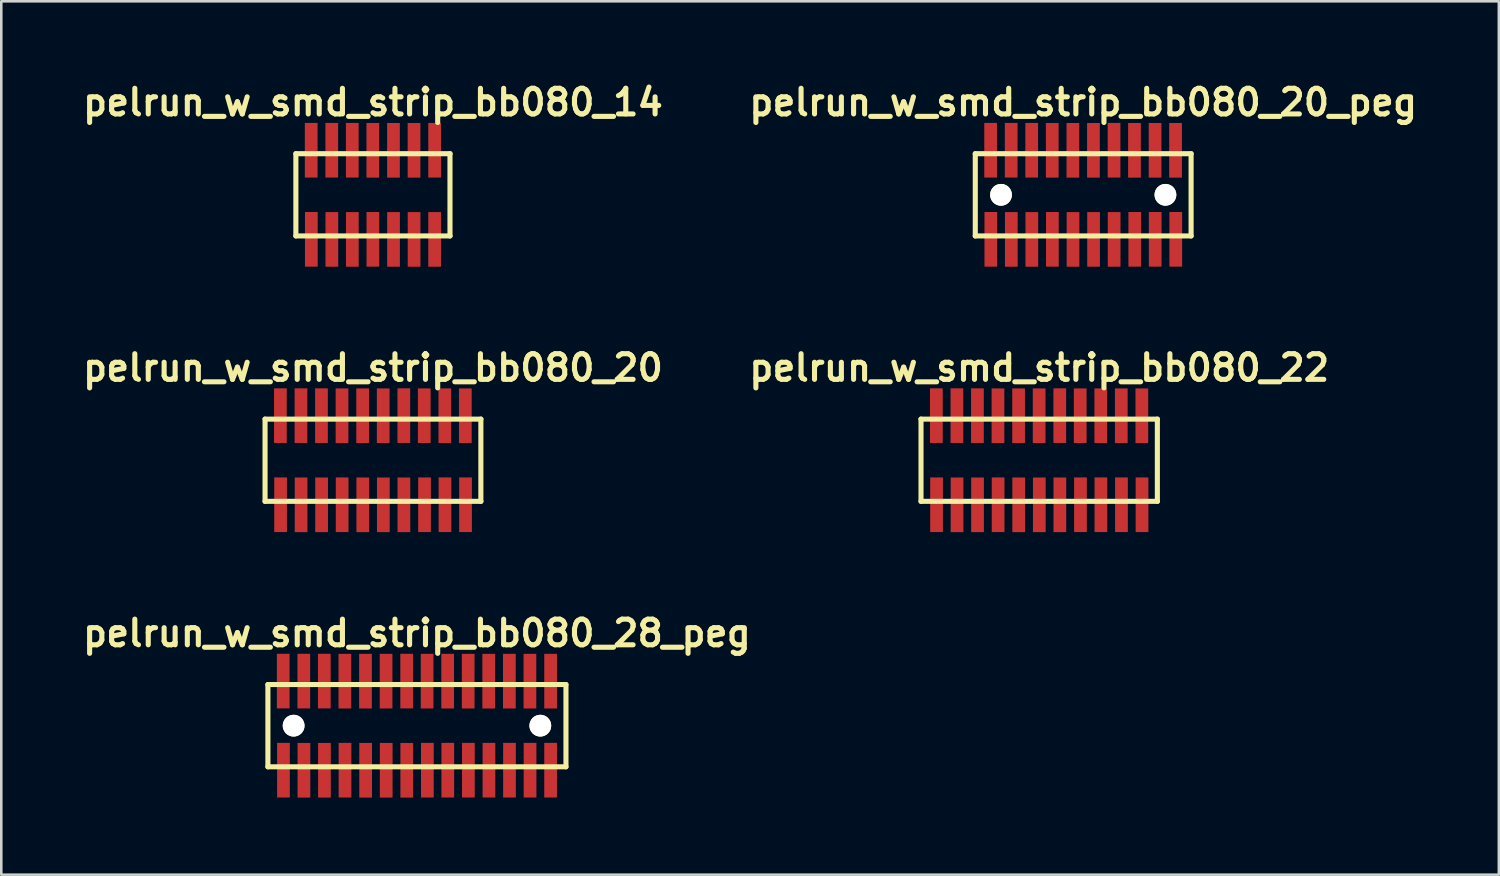
<source format=kicad_pcb>
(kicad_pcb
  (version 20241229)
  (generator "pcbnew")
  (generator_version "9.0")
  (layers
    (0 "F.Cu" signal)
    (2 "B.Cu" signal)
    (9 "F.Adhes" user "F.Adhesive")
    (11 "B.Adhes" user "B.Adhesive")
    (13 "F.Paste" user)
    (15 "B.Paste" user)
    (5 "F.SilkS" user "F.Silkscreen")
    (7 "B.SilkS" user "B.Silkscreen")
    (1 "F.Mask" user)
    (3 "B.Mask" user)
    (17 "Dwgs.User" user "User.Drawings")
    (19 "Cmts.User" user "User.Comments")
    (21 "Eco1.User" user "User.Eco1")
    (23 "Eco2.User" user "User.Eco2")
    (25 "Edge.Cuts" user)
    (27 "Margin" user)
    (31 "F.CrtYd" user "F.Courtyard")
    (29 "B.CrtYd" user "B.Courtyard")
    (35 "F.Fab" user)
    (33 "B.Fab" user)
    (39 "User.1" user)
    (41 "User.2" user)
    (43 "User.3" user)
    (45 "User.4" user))
  (footprint "pelrun_w_smd_strip_bb080_22"
    (layer "F.Cu")
    (at 37.389 14.859)
    (property "Reference" "pelrun_w_smd_strip_bb080_22" (at 0 -3.599 0) (layer "F.SilkS") (effects (font (size 0.998 0.998) (thickness 0.198))))
    (attr through_hole)
    (fp_line (start -4.602 1.6) (end 4.6 1.6) (stroke (width 0.198) (type solid)) (layer "F.SilkS"))
    (fp_line (start -4.6 -1.6) (end -4.6 1.6) (stroke (width 0.198) (type solid)) (layer "F.SilkS"))
    (fp_line (start 4.597 1.6) (end 4.597 -1.6) (stroke (width 0.198) (type solid)) (layer "F.SilkS"))
    (fp_line (start 4.6 -1.6) (end -4.602 -1.6) (stroke (width 0.198) (type solid)) (layer "F.SilkS"))
    (pad "1" smd rect (at -3.995 1.732) (size 0.495 2.126) (layers "F.Cu" "F.Mask" "F.Paste"))
    (pad "2" smd rect (at -4.003 -1.735) (size 0.495 2.126) (layers "F.Cu" "F.Mask" "F.Paste"))
    (pad "3" smd rect (at -3.198 1.735) (size 0.495 2.126) (layers "F.Cu" "F.Mask" "F.Paste"))
    (pad "4" smd rect (at -3.203 -1.735) (size 0.495 2.126) (layers "F.Cu" "F.Mask" "F.Paste"))
    (pad "5" smd rect (at -2.4 1.735) (size 0.495 2.126) (layers "F.Cu" "F.Mask" "F.Paste"))
    (pad "6" smd rect (at -2.405 -1.735) (size 0.495 2.126) (layers "F.Cu" "F.Mask" "F.Paste"))
    (pad "7" smd rect (at -1.6 1.732) (size 0.495 2.126) (layers "F.Cu" "F.Mask" "F.Paste"))
    (pad "8" smd rect (at -1.605 -1.732) (size 0.495 2.126) (layers "F.Cu" "F.Mask" "F.Paste"))
    (pad "9" smd rect (at -0.798 1.735) (size 0.495 2.126) (layers "F.Cu" "F.Mask" "F.Paste"))
    (pad "10" smd rect (at -0.803 -1.732) (size 0.495 2.126) (layers "F.Cu" "F.Mask" "F.Paste"))
    (pad "11" smd rect (at 0.003 1.735) (size 0.495 2.126) (layers "F.Cu" "F.Mask" "F.Paste"))
    (pad "12" smd rect (at -0.003 -1.732) (size 0.495 2.126) (layers "F.Cu" "F.Mask" "F.Paste"))
    (pad "13" smd rect (at 0.803 1.735) (size 0.495 2.126) (layers "F.Cu" "F.Mask" "F.Paste"))
    (pad "14" smd rect (at 0.8 -1.735) (size 0.495 2.126) (layers "F.Cu" "F.Mask" "F.Paste"))
    (pad "15" smd rect (at 1.605 1.732) (size 0.495 2.126) (layers "F.Cu" "F.Mask" "F.Paste"))
    (pad "16" smd rect (at 1.595 -1.732) (size 0.495 2.126) (layers "F.Cu" "F.Mask" "F.Paste"))
    (pad "17" smd rect (at 2.4 1.732) (size 0.495 2.126) (layers "F.Cu" "F.Mask" "F.Paste"))
    (pad "18" smd rect (at 2.395 -1.732) (size 0.495 2.126) (layers "F.Cu" "F.Mask" "F.Paste"))
    (pad "19" smd rect (at 3.2 1.732) (size 0.495 2.126) (layers "F.Cu" "F.Mask" "F.Paste"))
    (pad "20" smd rect (at 3.193 -1.732) (size 0.495 2.126) (layers "F.Cu" "F.Mask" "F.Paste"))
    (pad "21" smd rect (at 4 1.732) (size 0.495 2.126) (layers "F.Cu" "F.Mask" "F.Paste"))
    (pad "22" smd rect (at 3.993 -1.732) (size 0.495 2.126) (layers "F.Cu" "F.Mask" "F.Paste")))
  (footprint "pelrun_w_smd_strip_bb080_20_peg"
    (layer "F.Cu")
    (at 39.1 4.531)
    (property "Reference" "pelrun_w_smd_strip_bb080_20_peg" (at 0 -3.599 0) (layer "F.SilkS") (effects (font (size 0.998 0.998) (thickness 0.198))))
    (attr through_hole)
    (fp_line (start -4.201 -1.6) (end 4.201 -1.6) (stroke (width 0.198) (type solid)) (layer "F.SilkS"))
    (fp_line (start -4.199 -1.6) (end -4.199 1.6) (stroke (width 0.198) (type solid)) (layer "F.SilkS"))
    (fp_line (start 4.199 1.6) (end 4.199 -1.6) (stroke (width 0.198) (type solid)) (layer "F.SilkS"))
    (fp_line (start 4.201 1.6) (end -4.201 1.6) (stroke (width 0.198) (type solid)) (layer "F.SilkS"))
    (pad "" np_thru_hole circle (at -3.198 0) (size 0.848 0.848) (drill 0.848) (layers "*.Cu" "*.Mask" "F.SilkS"))
    (pad "" np_thru_hole circle (at 3.2 0) (size 0.848 0.848) (drill 0.848) (layers "*.Cu" "*.Mask" "F.SilkS"))
    (pad "1" smd rect (at -3.594 1.732) (size 0.495 2.126) (layers "F.Cu" "F.Mask" "F.Paste"))
    (pad "2" smd rect (at -3.602 -1.735) (size 0.495 2.126) (layers "F.Cu" "F.Mask" "F.Paste"))
    (pad "3" smd rect (at -2.797 1.735) (size 0.495 2.126) (layers "F.Cu" "F.Mask" "F.Paste"))
    (pad "4" smd rect (at -2.802 -1.735) (size 0.495 2.126) (layers "F.Cu" "F.Mask" "F.Paste"))
    (pad "5" smd rect (at -1.999 1.735) (size 0.495 2.126) (layers "F.Cu" "F.Mask" "F.Paste"))
    (pad "6" smd rect (at -2.004 -1.735) (size 0.495 2.126) (layers "F.Cu" "F.Mask" "F.Paste"))
    (pad "7" smd rect (at -1.199 1.732) (size 0.495 2.126) (layers "F.Cu" "F.Mask" "F.Paste"))
    (pad "8" smd rect (at -1.204 -1.732) (size 0.495 2.126) (layers "F.Cu" "F.Mask" "F.Paste"))
    (pad "9" smd rect (at -0.396 1.735) (size 0.495 2.126) (layers "F.Cu" "F.Mask" "F.Paste"))
    (pad "10" smd rect (at -0.401 -1.732) (size 0.495 2.126) (layers "F.Cu" "F.Mask" "F.Paste"))
    (pad "11" smd rect (at 0.404 1.735) (size 0.495 2.126) (layers "F.Cu" "F.Mask" "F.Paste"))
    (pad "12" smd rect (at 0.399 -1.732) (size 0.495 2.126) (layers "F.Cu" "F.Mask" "F.Paste"))
    (pad "13" smd rect (at 1.204 1.735) (size 0.495 2.126) (layers "F.Cu" "F.Mask" "F.Paste"))
    (pad "14" smd rect (at 1.201 -1.735) (size 0.495 2.126) (layers "F.Cu" "F.Mask" "F.Paste"))
    (pad "15" smd rect (at 2.007 1.732) (size 0.495 2.126) (layers "F.Cu" "F.Mask" "F.Paste"))
    (pad "16" smd rect (at 1.996 -1.732) (size 0.495 2.126) (layers "F.Cu" "F.Mask" "F.Paste"))
    (pad "17" smd rect (at 2.802 1.732) (size 0.495 2.126) (layers "F.Cu" "F.Mask" "F.Paste"))
    (pad "18" smd rect (at 2.797 -1.732) (size 0.495 2.126) (layers "F.Cu" "F.Mask" "F.Paste"))
    (pad "19" smd rect (at 3.602 1.732) (size 0.495 2.126) (layers "F.Cu" "F.Mask" "F.Paste"))
    (pad "20" smd rect (at 3.594 -1.732) (size 0.495 2.126) (layers "F.Cu" "F.Mask" "F.Paste")))
  (footprint "pelrun_w_smd_strip_bb080_20"
    (layer "F.Cu")
    (at 11.463 14.859)
    (property "Reference" "pelrun_w_smd_strip_bb080_20" (at 0 -3.599 0) (layer "F.SilkS") (effects (font (size 0.998 0.998) (thickness 0.198))))
    (attr through_hole)
    (fp_line (start -4.201 -1.6) (end 4.201 -1.6) (stroke (width 0.198) (type solid)) (layer "F.SilkS"))
    (fp_line (start -4.199 -1.6) (end -4.199 1.6) (stroke (width 0.198) (type solid)) (layer "F.SilkS"))
    (fp_line (start 4.199 1.6) (end 4.199 -1.6) (stroke (width 0.198) (type solid)) (layer "F.SilkS"))
    (fp_line (start 4.201 1.6) (end -4.201 1.6) (stroke (width 0.198) (type solid)) (layer "F.SilkS"))
    (pad "1" smd rect (at -3.594 1.732) (size 0.495 2.126) (layers "F.Cu" "F.Mask" "F.Paste"))
    (pad "2" smd rect (at -3.602 -1.735) (size 0.495 2.126) (layers "F.Cu" "F.Mask" "F.Paste"))
    (pad "3" smd rect (at -2.797 1.735) (size 0.495 2.126) (layers "F.Cu" "F.Mask" "F.Paste"))
    (pad "4" smd rect (at -2.802 -1.735) (size 0.495 2.126) (layers "F.Cu" "F.Mask" "F.Paste"))
    (pad "5" smd rect (at -1.999 1.735) (size 0.495 2.126) (layers "F.Cu" "F.Mask" "F.Paste"))
    (pad "6" smd rect (at -2.004 -1.735) (size 0.495 2.126) (layers "F.Cu" "F.Mask" "F.Paste"))
    (pad "7" smd rect (at -1.199 1.732) (size 0.495 2.126) (layers "F.Cu" "F.Mask" "F.Paste"))
    (pad "8" smd rect (at -1.204 -1.732) (size 0.495 2.126) (layers "F.Cu" "F.Mask" "F.Paste"))
    (pad "9" smd rect (at -0.396 1.735) (size 0.495 2.126) (layers "F.Cu" "F.Mask" "F.Paste"))
    (pad "10" smd rect (at -0.401 -1.732) (size 0.495 2.126) (layers "F.Cu" "F.Mask" "F.Paste"))
    (pad "11" smd rect (at 0.404 1.735) (size 0.495 2.126) (layers "F.Cu" "F.Mask" "F.Paste"))
    (pad "12" smd rect (at 0.399 -1.732) (size 0.495 2.126) (layers "F.Cu" "F.Mask" "F.Paste"))
    (pad "13" smd rect (at 1.204 1.735) (size 0.495 2.126) (layers "F.Cu" "F.Mask" "F.Paste"))
    (pad "14" smd rect (at 1.201 -1.735) (size 0.495 2.126) (layers "F.Cu" "F.Mask" "F.Paste"))
    (pad "15" smd rect (at 2.007 1.732) (size 0.495 2.126) (layers "F.Cu" "F.Mask" "F.Paste"))
    (pad "16" smd rect (at 1.996 -1.732) (size 0.495 2.126) (layers "F.Cu" "F.Mask" "F.Paste"))
    (pad "17" smd rect (at 2.802 1.732) (size 0.495 2.126) (layers "F.Cu" "F.Mask" "F.Paste"))
    (pad "18" smd rect (at 2.797 -1.732) (size 0.495 2.126) (layers "F.Cu" "F.Mask" "F.Paste"))
    (pad "19" smd rect (at 3.602 1.732) (size 0.495 2.126) (layers "F.Cu" "F.Mask" "F.Paste"))
    (pad "20" smd rect (at 3.594 -1.732) (size 0.495 2.126) (layers "F.Cu" "F.Mask" "F.Paste")))
  (footprint "pelrun_w_smd_strip_bb080_28_peg"
    (layer "F.Cu")
    (at 13.174 25.188)
    (property "Reference" "pelrun_w_smd_strip_bb080_28_peg" (at 0 -3.599 0) (layer "F.SilkS") (effects (font (size 0.998 0.998) (thickness 0.198))))
    (attr through_hole)
    (fp_line (start -5.799 -1.6) (end -5.799 1.6) (stroke (width 0.198) (type solid)) (layer "F.SilkS"))
    (fp_line (start -5.799 1.6) (end 5.799 1.6) (stroke (width 0.198) (type solid)) (layer "F.SilkS"))
    (fp_line (start 5.799 -1.6) (end -5.799 -1.6) (stroke (width 0.198) (type solid)) (layer "F.SilkS"))
    (fp_line (start 5.799 1.6) (end 5.799 -1.6) (stroke (width 0.198) (type solid)) (layer "F.SilkS"))
    (pad "" np_thru_hole circle (at -4.798 0) (size 0.848 0.848) (drill 0.848) (layers "*.Cu" "*.Mask" "F.SilkS"))
    (pad "" np_thru_hole circle (at 4.801 0) (size 0.848 0.848) (drill 0.848) (layers "*.Cu" "*.Mask" "F.SilkS"))
    (pad "1" smd rect (at -5.194 1.732) (size 0.495 2.126) (layers "F.Cu" "F.Mask" "F.Paste"))
    (pad "2" smd rect (at -5.202 -1.735) (size 0.495 2.126) (layers "F.Cu" "F.Mask" "F.Paste"))
    (pad "3" smd rect (at -4.397 1.735) (size 0.495 2.126) (layers "F.Cu" "F.Mask" "F.Paste"))
    (pad "4" smd rect (at -4.402 -1.735) (size 0.495 2.126) (layers "F.Cu" "F.Mask" "F.Paste"))
    (pad "5" smd rect (at -3.599 1.735) (size 0.495 2.126) (layers "F.Cu" "F.Mask" "F.Paste"))
    (pad "6" smd rect (at -3.604 -1.735) (size 0.495 2.126) (layers "F.Cu" "F.Mask" "F.Paste"))
    (pad "7" smd rect (at -2.799 1.732) (size 0.495 2.126) (layers "F.Cu" "F.Mask" "F.Paste"))
    (pad "8" smd rect (at -2.804 -1.732) (size 0.495 2.126) (layers "F.Cu" "F.Mask" "F.Paste"))
    (pad "9" smd rect (at -1.996 1.735) (size 0.495 2.126) (layers "F.Cu" "F.Mask" "F.Paste"))
    (pad "10" smd rect (at -2.002 -1.732) (size 0.495 2.126) (layers "F.Cu" "F.Mask" "F.Paste"))
    (pad "11" smd rect (at -1.196 1.735) (size 0.495 2.126) (layers "F.Cu" "F.Mask" "F.Paste"))
    (pad "12" smd rect (at -1.201 -1.732) (size 0.495 2.126) (layers "F.Cu" "F.Mask" "F.Paste"))
    (pad "13" smd rect (at -0.396 1.735) (size 0.495 2.126) (layers "F.Cu" "F.Mask" "F.Paste"))
    (pad "14" smd rect (at -0.399 -1.735) (size 0.495 2.126) (layers "F.Cu" "F.Mask" "F.Paste"))
    (pad "15" smd rect (at 0.406 1.732) (size 0.495 2.126) (layers "F.Cu" "F.Mask" "F.Paste"))
    (pad "16" smd rect (at 0.396 -1.732) (size 0.495 2.126) (layers "F.Cu" "F.Mask" "F.Paste"))
    (pad "17" smd rect (at 1.201 1.732) (size 0.495 2.126) (layers "F.Cu" "F.Mask" "F.Paste"))
    (pad "18" smd rect (at 1.196 -1.732) (size 0.495 2.126) (layers "F.Cu" "F.Mask" "F.Paste"))
    (pad "19" smd rect (at 2.002 1.732) (size 0.495 2.126) (layers "F.Cu" "F.Mask" "F.Paste"))
    (pad "20" smd rect (at 1.994 -1.732) (size 0.495 2.126) (layers "F.Cu" "F.Mask" "F.Paste"))
    (pad "21" smd rect (at 2.802 1.732) (size 0.495 2.126) (layers "F.Cu" "F.Mask" "F.Paste"))
    (pad "22" smd rect (at 2.794 -1.732) (size 0.495 2.126) (layers "F.Cu" "F.Mask" "F.Paste"))
    (pad "23" smd rect (at 3.602 1.732) (size 0.495 2.126) (layers "F.Cu" "F.Mask" "F.Paste"))
    (pad "24" smd rect (at 3.597 -1.732) (size 0.495 2.126) (layers "F.Cu" "F.Mask" "F.Paste"))
    (pad "25" smd rect (at 4.402 1.732) (size 0.495 2.126) (layers "F.Cu" "F.Mask" "F.Paste"))
    (pad "26" smd rect (at 4.397 -1.732) (size 0.495 2.126) (layers "F.Cu" "F.Mask" "F.Paste"))
    (pad "27" smd rect (at 5.202 1.732) (size 0.495 2.126) (layers "F.Cu" "F.Mask" "F.Paste"))
    (pad "28" smd rect (at 5.202 -1.732) (size 0.495 2.126) (layers "F.Cu" "F.Mask" "F.Paste")))
  (footprint "pelrun_w_smd_strip_bb080_14"
    (layer "F.Cu")
    (at 11.463 4.531)
    (property "Reference" "pelrun_w_smd_strip_bb080_14" (at 0 -3.599 0) (layer "F.SilkS") (effects (font (size 0.998 0.998) (thickness 0.198))))
    (attr through_hole)
    (fp_line (start -3 -1.6) (end -3 1.6) (stroke (width 0.198) (type solid)) (layer "F.SilkS"))
    (fp_line (start -3 1.6) (end 3 1.6) (stroke (width 0.198) (type solid)) (layer "F.SilkS"))
    (fp_line (start 2.997 1.6) (end 2.997 -1.6) (stroke (width 0.198) (type solid)) (layer "F.SilkS"))
    (fp_line (start 3 -1.6) (end -3 -1.6) (stroke (width 0.198) (type solid)) (layer "F.SilkS"))
    (pad "1" smd rect (at -2.398 1.732) (size 0.495 2.126) (layers "F.Cu" "F.Mask" "F.Paste"))
    (pad "2" smd rect (at -2.403 -1.735) (size 0.495 2.126) (layers "F.Cu" "F.Mask" "F.Paste"))
    (pad "3" smd rect (at -1.6 1.735) (size 0.495 2.126) (layers "F.Cu" "F.Mask" "F.Paste"))
    (pad "4" smd rect (at -1.603 -1.735) (size 0.495 2.126) (layers "F.Cu" "F.Mask" "F.Paste"))
    (pad "5" smd rect (at -0.803 1.735) (size 0.495 2.126) (layers "F.Cu" "F.Mask" "F.Paste"))
    (pad "6" smd rect (at -0.805 -1.735) (size 0.495 2.126) (layers "F.Cu" "F.Mask" "F.Paste"))
    (pad "7" smd rect (at -0.003 1.732) (size 0.495 2.126) (layers "F.Cu" "F.Mask" "F.Paste"))
    (pad "8" smd rect (at -0.005 -1.732) (size 0.495 2.126) (layers "F.Cu" "F.Mask" "F.Paste"))
    (pad "9" smd rect (at 0.8 1.735) (size 0.495 2.126) (layers "F.Cu" "F.Mask" "F.Paste"))
    (pad "10" smd rect (at 0.798 -1.732) (size 0.495 2.126) (layers "F.Cu" "F.Mask" "F.Paste"))
    (pad "11" smd rect (at 1.6 1.735) (size 0.495 2.126) (layers "F.Cu" "F.Mask" "F.Paste"))
    (pad "12" smd rect (at 1.598 -1.732) (size 0.495 2.126) (layers "F.Cu" "F.Mask" "F.Paste"))
    (pad "13" smd rect (at 2.4 1.735) (size 0.495 2.126) (layers "F.Cu" "F.Mask" "F.Paste"))
    (pad "14" smd rect (at 2.4 -1.735) (size 0.495 2.126) (layers "F.Cu" "F.Mask" "F.Paste")))
  (gr_rect
    (start -3 -3)
    (end 55.274 30.986)
    (stroke (width 0.1) (type default))
    (fill no)
    (layer "Edge.Cuts")))
</source>
